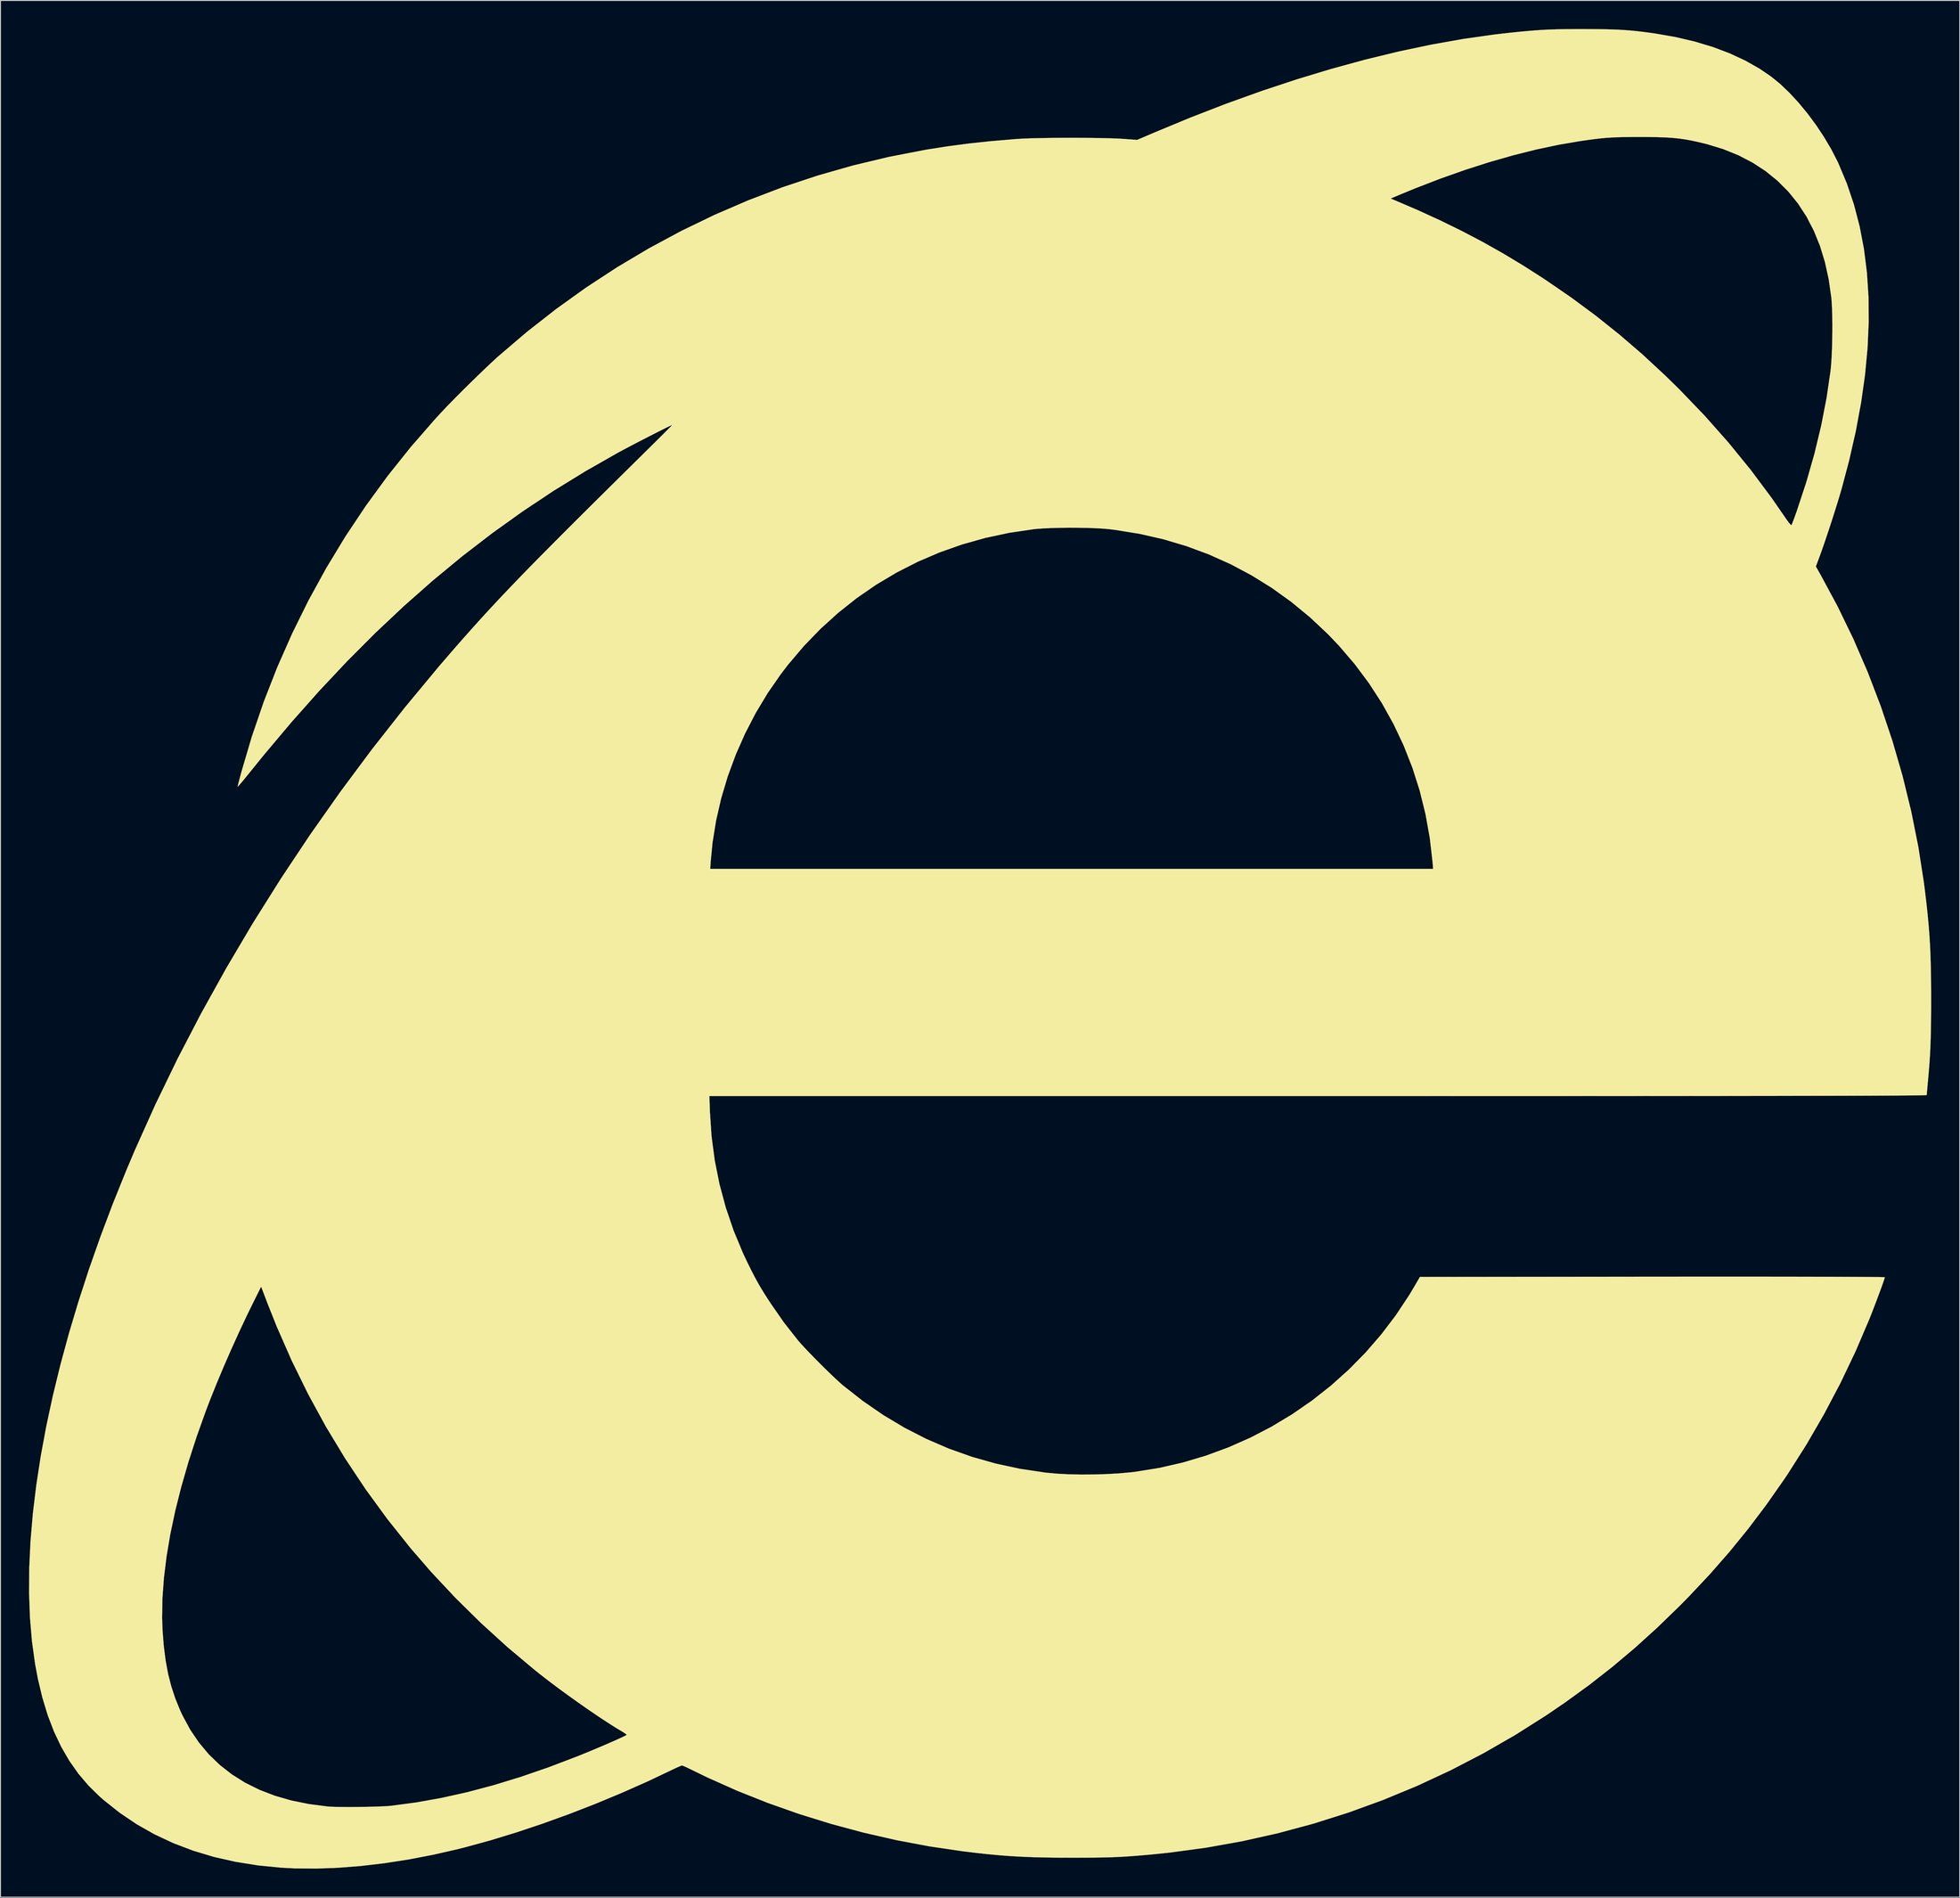
<source format=kicad_pcb>
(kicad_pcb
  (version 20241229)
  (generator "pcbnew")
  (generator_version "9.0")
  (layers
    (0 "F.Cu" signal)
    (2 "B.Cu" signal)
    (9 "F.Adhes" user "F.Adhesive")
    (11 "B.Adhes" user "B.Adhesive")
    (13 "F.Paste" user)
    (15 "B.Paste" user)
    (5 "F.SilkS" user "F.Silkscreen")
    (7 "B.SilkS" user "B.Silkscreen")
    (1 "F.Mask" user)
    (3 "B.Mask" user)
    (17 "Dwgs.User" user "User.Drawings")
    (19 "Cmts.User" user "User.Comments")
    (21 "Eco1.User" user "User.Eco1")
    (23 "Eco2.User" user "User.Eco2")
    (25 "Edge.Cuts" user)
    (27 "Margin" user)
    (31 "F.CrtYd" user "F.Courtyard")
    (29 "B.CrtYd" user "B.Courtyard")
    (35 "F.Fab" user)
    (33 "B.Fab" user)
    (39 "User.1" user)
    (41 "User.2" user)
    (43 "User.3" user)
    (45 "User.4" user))
  (footprint "ie_20x20_F"
    (layer "F.Cu")
    (at 99.989 96.649)
    (property "Reference" "ie_20x20_F" (at 0 0 0) (layer "F.SilkS") (effects (font (size 1.524 1.524) (thickness 0.3))))
    (attr through_hole)
    (fp_poly (pts (xy 63.415 -96.644) (xy 64.539 -96.639) (xy 65.524 -96.627) (xy 66.399 -96.605) (xy 67.195 -96.572) (xy 67.94 -96.525) (xy 68.666 -96.462) (xy 69.401 -96.383) (xy 70.176 -96.284) (xy 70.946 -96.175) (xy 73.083 -95.803) (xy 75.105 -95.329) (xy 77.008 -94.756) (xy 78.786 -94.084) (xy 80.435 -93.317) (xy 81.95 -92.455) (xy 83.123 -91.654) (xy 84.08 -90.873) (xy 85.049 -89.949) (xy 86.013 -88.905) (xy 86.954 -87.766) (xy 87.852 -86.554) (xy 88.689 -85.294) (xy 89.448 -84.008) (xy 90.11 -82.721) (xy 90.19 -82.55) (xy 91.08 -80.43) (xy 91.825 -78.221) (xy 92.426 -75.925) (xy 92.882 -73.541) (xy 93.194 -71.069) (xy 93.362 -68.509) (xy 93.385 -65.863) (xy 93.263 -63.129) (xy 92.997 -60.308) (xy 92.587 -57.401) (xy 92.032 -54.407) (xy 91.333 -51.326) (xy 90.543 -48.348) (xy 90.335 -47.635) (xy 90.084 -46.811) (xy 89.803 -45.911) (xy 89.502 -44.972) (xy 89.195 -44.031) (xy 88.892 -43.125) (xy 88.606 -42.289) (xy 88.349 -41.561) (xy 88.23 -41.237) (xy 87.831 -40.16) (xy 88.328 -39.284) (xy 90.121 -35.957) (xy 91.775 -32.539) (xy 93.288 -29.04) (xy 94.655 -25.47) (xy 95.873 -21.841) (xy 96.939 -18.164) (xy 97.848 -14.449) (xy 98.598 -10.708) (xy 99.184 -6.95) (xy 99.304 -6.011) (xy 99.454 -4.744) (xy 99.58 -3.568) (xy 99.685 -2.453) (xy 99.768 -1.368) (xy 99.834 -0.282) (xy 99.882 0.836) (xy 99.916 2.017) (xy 99.936 3.291) (xy 99.945 4.691) (xy 99.946 5.334) (xy 99.943 6.571) (xy 99.935 7.666) (xy 99.92 8.647) (xy 99.897 9.542) (xy 99.866 10.377) (xy 99.826 11.182) (xy 99.774 11.983) (xy 99.71 12.807) (xy 99.634 13.684) (xy 99.607 13.97) (xy 99.565 14.429) (xy 99.528 14.832) (xy 99.501 15.148) (xy 99.486 15.343) (xy 99.484 15.388) (xy 99.455 15.395) (xy 99.366 15.401) (xy 99.214 15.408) (xy 98.996 15.414) (xy 98.709 15.419) (xy 98.35 15.425) (xy 97.916 15.43) (xy 97.403 15.435) (xy 96.81 15.439) (xy 96.131 15.444) (xy 95.366 15.448) (xy 94.51 15.452) (xy 93.56 15.456) (xy 92.514 15.459) (xy 91.369 15.463) (xy 90.12 15.466) (xy 88.766 15.469) (xy 87.303 15.472) (xy 85.728 15.474) (xy 84.039 15.477) (xy 82.231 15.479) (xy 80.303 15.481) (xy 78.25 15.483) (xy 76.07 15.484) (xy 73.761 15.486) (xy 71.317 15.487) (xy 68.738 15.489) (xy 66.019 15.49) (xy 63.158 15.491) (xy 60.152 15.492) (xy 56.997 15.492) (xy 53.69 15.493) (xy 50.229 15.493) (xy 46.611 15.494) (xy 42.831 15.494) (xy 38.888 15.494) (xy 35.504 15.494) (xy -28.474 15.494) (xy -28.42 17.124) (xy -28.25 19.694) (xy -27.915 22.237) (xy -27.415 24.745) (xy -26.752 27.212) (xy -25.929 29.632) (xy -24.945 31.998) (xy -24.436 33.075) (xy -24.054 33.843) (xy -23.714 34.5) (xy -23.393 35.091) (xy -23.063 35.661) (xy -22.7 36.253) (xy -22.279 36.913) (xy -22.057 37.253) (xy -20.62 39.319) (xy -19.147 41.19) (xy -18.843 41.538) (xy -18.438 41.977) (xy -17.957 42.482) (xy -17.422 43.031) (xy -16.859 43.6) (xy -16.291 44.164) (xy -15.741 44.699) (xy -15.234 45.182) (xy -14.793 45.589) (xy -14.443 45.896) (xy -14.436 45.902) (xy -12.348 47.541) (xy -10.192 49.025) (xy -7.967 50.354) (xy -5.675 51.528) (xy -3.315 52.547) (xy -0.888 53.41) (xy 1.605 54.117) (xy 4.163 54.668) (xy 6.786 55.062) (xy 6.943 55.081) (xy 8.041 55.181) (xy 9.263 55.245) (xy 10.568 55.274) (xy 11.913 55.268) (xy 13.257 55.227) (xy 14.558 55.153) (xy 15.776 55.045) (xy 16.298 54.983) (xy 18.82 54.577) (xy 21.299 54.01) (xy 23.728 53.287) (xy 26.099 52.412) (xy 28.407 51.391) (xy 30.643 50.228) (xy 32.8 48.928) (xy 34.872 47.496) (xy 36.85 45.936) (xy 38.729 44.253) (xy 40.501 42.452) (xy 42.158 40.538) (xy 43.694 38.514) (xy 45.102 36.387) (xy 45.622 35.518) (xy 46.212 34.502) (xy 70.646 34.48) (xy 73.015 34.479) (xy 75.288 34.477) (xy 77.459 34.477) (xy 79.524 34.477) (xy 81.481 34.477) (xy 83.323 34.479) (xy 85.048 34.48) (xy 86.652 34.483) (xy 88.129 34.485) (xy 89.475 34.489) (xy 90.688 34.493) (xy 91.762 34.497) (xy 92.693 34.502) (xy 93.478 34.507) (xy 94.111 34.513) (xy 94.59 34.52) (xy 94.909 34.526) (xy 95.065 34.534) (xy 95.081 34.537) (xy 95.051 34.654) (xy 94.969 34.905) (xy 94.842 35.268) (xy 94.679 35.72) (xy 94.488 36.238) (xy 94.279 36.799) (xy 94.059 37.379) (xy 93.837 37.957) (xy 93.621 38.509) (xy 93.43 38.989) (xy 92 42.331) (xy 90.418 45.648) (xy 88.697 48.913) (xy 86.855 52.096) (xy 84.905 55.169) (xy 84.514 55.753) (xy 82.655 58.408) (xy 80.747 60.939) (xy 78.764 63.378) (xy 76.678 65.759) (xy 74.463 68.115) (xy 73.455 69.137) (xy 71.135 71.384) (xy 68.809 73.491) (xy 66.444 75.483) (xy 64.009 77.387) (xy 61.47 79.229) (xy 59.521 80.559) (xy 56.236 82.642) (xy 52.871 84.576) (xy 49.432 86.361) (xy 45.923 87.993) (xy 42.35 89.472) (xy 38.717 90.795) (xy 35.031 91.961) (xy 31.295 92.968) (xy 27.516 93.814) (xy 23.698 94.497) (xy 19.847 95.015) (xy 18.034 95.201) (xy 17.141 95.281) (xy 16.337 95.348) (xy 15.595 95.402) (xy 14.886 95.446) (xy 14.181 95.48) (xy 13.452 95.505) (xy 12.671 95.523) (xy 11.808 95.534) (xy 10.836 95.54) (xy 9.725 95.542) (xy 9.61 95.542) (xy 8.104 95.537) (xy 6.735 95.518) (xy 5.47 95.486) (xy 4.278 95.437) (xy 3.127 95.371) (xy 1.983 95.284) (xy 0.816 95.175) (xy -0.408 95.042) (xy -1.719 94.884) (xy -1.905 94.86) (xy -5.355 94.35) (xy -8.814 93.698) (xy -12.26 92.91) (xy -15.676 91.991) (xy -19.042 90.948) (xy -22.338 89.786) (xy -25.545 88.511) (xy -28.643 87.129) (xy -30.246 86.35) (xy -30.626 86.164) (xy -30.957 86.009) (xy -31.207 85.901) (xy -31.344 85.853) (xy -31.354 85.852) (xy -31.472 85.888) (xy -31.706 85.984) (xy -32.022 86.127) (xy -32.35 86.284) (xy -34.995 87.537) (xy -37.713 88.742) (xy -40.478 89.891) (xy -43.263 90.972) (xy -46.042 91.976) (xy -48.789 92.894) (xy -51.478 93.715) (xy -54.082 94.43) (xy -54.957 94.651) (xy -57.537 95.239) (xy -60.099 95.73) (xy -62.627 96.122) (xy -65.105 96.413) (xy -67.514 96.602) (xy -69.838 96.687) (xy -72.061 96.666) (xy -73.448 96.595) (xy -75.922 96.351) (xy -78.295 95.971) (xy -80.569 95.455) (xy -82.743 94.802) (xy -84.818 94.013) (xy -86.794 93.087) (xy -88.673 92.023) (xy -90.455 90.822) (xy -92.14 89.484) (xy -92.568 89.109) (xy -93.735 87.964) (xy -94.795 86.716) (xy -95.751 85.358) (xy -96.605 83.886) (xy -97.36 82.294) (xy -98.018 80.577) (xy -98.582 78.729) (xy -99.055 76.746) (xy -99.352 75.161) (xy -99.679 72.795) (xy -99.888 70.328) (xy -86 70.328) (xy -85.951 71.691) (xy -85.821 73.326) (xy -85.63 74.828) (xy -85.37 76.222) (xy -85.036 77.536) (xy -84.621 78.794) (xy -84.12 80.024) (xy -83.852 80.603) (xy -83.051 82.083) (xy -82.132 83.441) (xy -81.096 84.678) (xy -79.943 85.792) (xy -78.673 86.785) (xy -77.287 87.655) (xy -75.785 88.402) (xy -74.169 89.026) (xy -72.437 89.526) (xy -70.591 89.903) (xy -68.631 90.157) (xy -68.538 90.165) (xy -68.165 90.188) (xy -67.654 90.204) (xy -67.035 90.213) (xy -66.339 90.216) (xy -65.598 90.213) (xy -64.841 90.203) (xy -64.099 90.189) (xy -63.404 90.169) (xy -62.785 90.145) (xy -62.274 90.116) (xy -61.934 90.087) (xy -59.312 89.739) (xy -56.647 89.264) (xy -53.93 88.659) (xy -51.154 87.923) (xy -48.309 87.052) (xy -45.388 86.046) (xy -42.382 84.901) (xy -42.135 84.802) (xy -41.509 84.549) (xy -40.862 84.282) (xy -40.213 84.009) (xy -39.58 83.74) (xy -38.982 83.481) (xy -38.439 83.242) (xy -37.969 83.031) (xy -37.59 82.855) (xy -37.322 82.724) (xy -37.184 82.645) (xy -37.169 82.629) (xy -37.236 82.555) (xy -37.409 82.431) (xy -37.571 82.331) (xy -38.346 81.863) (xy -39.226 81.303) (xy -40.187 80.668) (xy -41.204 79.976) (xy -42.253 79.244) (xy -43.31 78.489) (xy -44.35 77.728) (xy -45.348 76.978) (xy -46.281 76.256) (xy -46.807 75.837) (xy -49.696 73.413) (xy -52.488 70.873) (xy -55.167 68.234) (xy -57.716 65.513) (xy -59.874 63.021) (xy -62.318 59.957) (xy -64.617 56.805) (xy -66.772 53.564) (xy -68.784 50.234) (xy -70.652 46.813) (xy -72.376 43.303) (xy -73.958 39.702) (xy -74.93 37.259) (xy -75.59 35.528) (xy -76.266 36.878) (xy -77.095 38.569) (xy -77.928 40.34) (xy -78.748 42.151) (xy -79.539 43.963) (xy -80.284 45.739) (xy -80.965 47.439) (xy -81.409 48.599) (xy -82.384 51.33) (xy -83.246 53.995) (xy -83.993 56.589) (xy -84.624 59.106) (xy -85.138 61.539) (xy -85.534 63.884) (xy -85.81 66.134) (xy -85.966 68.284) (xy -86 70.328) (xy -99.888 70.328) (xy -99.889 70.313) (xy -99.984 67.722) (xy -99.963 65.028) (xy -99.828 62.237) (xy -99.582 59.354) (xy -99.223 56.386) (xy -98.755 53.338) (xy -98.177 50.217) (xy -97.492 47.029) (xy -96.699 43.779) (xy -95.802 40.473) (xy -94.799 37.118) (xy -93.694 33.719) (xy -92.486 30.283) (xy -91.178 26.815) (xy -89.769 23.321) (xy -88.874 21.209) (xy -86.706 16.383) (xy -84.374 11.571) (xy -81.884 6.784) (xy -79.241 2.028) (xy -76.452 -2.686) (xy -73.52 -7.35) (xy -72.833 -8.382) (xy -28.388 -8.382) (xy 47.6 -8.382) (xy 47.542 -9.081) (xy 47.246 -11.651) (xy 46.792 -14.169) (xy 46.182 -16.628) (xy 45.417 -19.025) (xy 44.5 -21.355) (xy 43.433 -23.612) (xy 42.218 -25.793) (xy 40.858 -27.892) (xy 39.354 -29.906) (xy 37.709 -31.829) (xy 36.533 -33.06) (xy 34.662 -34.818) (xy 32.701 -36.433) (xy 30.655 -37.903) (xy 28.526 -39.226) (xy 26.317 -40.402) (xy 24.031 -41.427) (xy 21.672 -42.302) (xy 19.243 -43.024) (xy 16.746 -43.593) (xy 14.184 -44.006) (xy 13.53 -44.085) (xy 12.879 -44.143) (xy 12.096 -44.187) (xy 11.217 -44.218) (xy 10.278 -44.234) (xy 9.314 -44.237) (xy 8.36 -44.227) (xy 7.452 -44.202) (xy 6.625 -44.164) (xy 5.914 -44.112) (xy 5.63 -44.083) (xy 3.058 -43.704) (xy 0.547 -43.169) (xy -1.899 -42.481) (xy -4.275 -41.643) (xy -6.576 -40.657) (xy -8.798 -39.526) (xy -10.935 -38.253) (xy -12.985 -36.84) (xy -14.94 -35.289) (xy -16.799 -33.605) (xy -18.554 -31.788) (xy -20.203 -29.843) (xy -20.975 -28.835) (xy -22.354 -26.845) (xy -23.605 -24.764) (xy -24.723 -22.606) (xy -25.703 -20.385) (xy -26.541 -18.115) (xy -27.23 -15.811) (xy -27.765 -13.485) (xy -28.142 -11.152) (xy -28.328 -9.25) (xy -28.388 -8.382) (xy -72.833 -8.382) (xy -70.453 -11.956) (xy -67.255 -16.495) (xy -63.933 -20.958) (xy -60.49 -25.336) (xy -56.934 -29.622) (xy -55.256 -31.566) (xy -54.598 -32.316) (xy -53.955 -33.044) (xy -53.32 -33.756) (xy -52.686 -34.46) (xy -52.046 -35.162) (xy -51.393 -35.871) (xy -50.721 -36.592) (xy -50.023 -37.333) (xy -49.292 -38.1) (xy -48.521 -38.902) (xy -47.703 -39.745) (xy -46.831 -40.636) (xy -45.898 -41.582) (xy -44.898 -42.59) (xy -43.824 -43.668) (xy -42.669 -44.822) (xy -41.426 -46.059) (xy -40.088 -47.387) (xy -38.648 -48.812) (xy -37.1 -50.342) (xy -35.625 -51.798) (xy -35.01 -52.406) (xy -34.434 -52.976) (xy -33.908 -53.498) (xy -33.442 -53.962) (xy -33.048 -54.356) (xy -32.736 -54.67) (xy -32.517 -54.893) (xy -32.402 -55.014) (xy -32.387 -55.033) (xy -32.485 -54.996) (xy -32.714 -54.889) (xy -33.054 -54.723) (xy -33.485 -54.509) (xy -33.988 -54.255) (xy -34.544 -53.973) (xy -35.133 -53.671) (xy -35.736 -53.36) (xy -36.333 -53.05) (xy -36.905 -52.75) (xy -37.433 -52.471) (xy -37.896 -52.223) (xy -38.11 -52.107) (xy -41.516 -50.167) (xy -44.847 -48.116) (xy -48.108 -45.947) (xy -51.306 -43.658) (xy -54.447 -41.241) (xy -57.535 -38.693) (xy -60.578 -36.008) (xy -63.58 -33.181) (xy -66.547 -30.208) (xy -69.486 -27.083) (xy -72.401 -23.801) (xy -75.3 -20.357) (xy -76.653 -18.687) (xy -77.026 -18.225) (xy -77.361 -17.814) (xy -77.646 -17.472) (xy -77.867 -17.213) (xy -78.011 -17.055) (xy -78.063 -17.013) (xy -78.063 -17.014) (xy -78.041 -17.121) (xy -77.983 -17.362) (xy -77.893 -17.71) (xy -77.781 -18.137) (xy -77.678 -18.52) (xy -76.574 -22.264) (xy -75.313 -25.948) (xy -73.897 -29.567) (xy -72.329 -33.118) (xy -70.61 -36.595) (xy -68.744 -39.995) (xy -66.733 -43.313) (xy -64.578 -46.544) (xy -62.284 -49.684) (xy -59.851 -52.729) (xy -57.284 -55.674) (xy -56.665 -56.346) (xy -56.165 -56.875) (xy -55.572 -57.487) (xy -54.912 -58.156) (xy -54.209 -58.858) (xy -53.487 -59.57) (xy -52.772 -60.267) (xy -52.088 -60.925) (xy -51.458 -61.52) (xy -50.908 -62.028) (xy -50.673 -62.241) (xy -47.68 -64.796) (xy -44.596 -67.211) (xy -41.425 -69.484) (xy -38.17 -71.612) (xy -34.837 -73.594) (xy -31.428 -75.427) (xy -27.948 -77.11) (xy -24.401 -78.641) (xy -23.895 -78.834) (xy 43.138 -78.834) (xy 43.476 -78.693) (xy 45.989 -77.614) (xy 48.362 -76.528) (xy 50.623 -75.42) (xy 52.802 -74.276) (xy 54.929 -73.079) (xy 57.031 -71.815) (xy 59.138 -70.467) (xy 59.408 -70.289) (xy 62.118 -68.428) (xy 64.7 -66.518) (xy 67.187 -64.532) (xy 69.609 -62.446) (xy 71.997 -60.232) (xy 73.496 -58.764) (xy 76.134 -56.019) (xy 78.63 -53.201) (xy 80.98 -50.318) (xy 83.177 -47.375) (xy 84.576 -45.351) (xy 84.808 -45.016) (xy 85.011 -44.747) (xy 85.165 -44.567) (xy 85.251 -44.502) (xy 85.259 -44.504) (xy 85.309 -44.605) (xy 85.403 -44.838) (xy 85.531 -45.174) (xy 85.682 -45.587) (xy 85.802 -45.921) (xy 86.809 -48.968) (xy 87.674 -51.988) (xy 88.392 -54.971) (xy 88.962 -57.905) (xy 89.372 -60.706) (xy 89.433 -61.326) (xy 89.482 -62.076) (xy 89.521 -62.921) (xy 89.547 -63.825) (xy 89.561 -64.756) (xy 89.563 -65.677) (xy 89.551 -66.556) (xy 89.526 -67.356) (xy 89.488 -68.045) (xy 89.456 -68.411) (xy 89.183 -70.338) (xy 88.784 -72.157) (xy 88.26 -73.866) (xy 87.611 -75.463) (xy 86.839 -76.947) (xy 85.945 -78.315) (xy 84.932 -79.567) (xy 83.798 -80.701) (xy 82.548 -81.716) (xy 81.18 -82.609) (xy 79.697 -83.38) (xy 78.1 -84.026) (xy 76.391 -84.547) (xy 76.242 -84.584) (xy 75.481 -84.769) (xy 74.787 -84.92) (xy 74.131 -85.04) (xy 73.482 -85.134) (xy 72.81 -85.203) (xy 72.085 -85.251) (xy 71.278 -85.281) (xy 70.358 -85.297) (xy 69.427 -85.301) (xy 68.498 -85.299) (xy 67.704 -85.291) (xy 67.013 -85.275) (xy 66.389 -85.248) (xy 65.799 -85.209) (xy 65.21 -85.155) (xy 64.588 -85.083) (xy 63.898 -84.991) (xy 63.107 -84.878) (xy 63.039 -84.868) (xy 60.789 -84.484) (xy 58.437 -83.985) (xy 56 -83.373) (xy 53.492 -82.655) (xy 50.932 -81.834) (xy 48.334 -80.916) (xy 45.716 -79.905) (xy 44.238 -79.297) (xy 43.138 -78.834) (xy -23.895 -78.834) (xy -20.791 -80.018) (xy -17.121 -81.239) (xy -13.396 -82.302) (xy -9.619 -83.206) (xy -5.795 -83.947) (xy -5.546 -83.99) (xy -3.365 -84.331) (xy -1.163 -84.62) (xy 1.105 -84.862) (xy 3.484 -85.063) (xy 4.064 -85.105) (xy 4.614 -85.135) (xy 5.304 -85.161) (xy 6.11 -85.181) (xy 7.006 -85.196) (xy 7.966 -85.207) (xy 8.964 -85.212) (xy 9.977 -85.212) (xy 10.977 -85.208) (xy 11.94 -85.198) (xy 12.84 -85.184) (xy 13.652 -85.164) (xy 14.351 -85.14) (xy 14.91 -85.11) (xy 14.997 -85.104) (xy 16.489 -84.995) (xy 18.299 -85.77) (xy 22.082 -87.339) (xy 25.842 -88.794) (xy 29.569 -90.134) (xy 33.256 -91.355) (xy 36.893 -92.456) (xy 40.474 -93.434) (xy 43.99 -94.288) (xy 47.433 -95.014) (xy 50.794 -95.61) (xy 54.065 -96.075) (xy 55.668 -96.258) (xy 56.647 -96.357) (xy 57.509 -96.438) (xy 58.288 -96.503) (xy 59.021 -96.553) (xy 59.74 -96.59) (xy 60.483 -96.616) (xy 61.283 -96.633) (xy 62.175 -96.641) (xy 63.195 -96.644) (xy 63.415 -96.644)) (stroke (width 0.01) (type solid)) (fill yes) (layer "F.SilkS")))
  (gr_rect
    (start -3 -3)
    (end 202.939 196.341)
    (stroke (width 0.1) (type default))
    (fill no)
    (layer "Edge.Cuts")))
</source>
